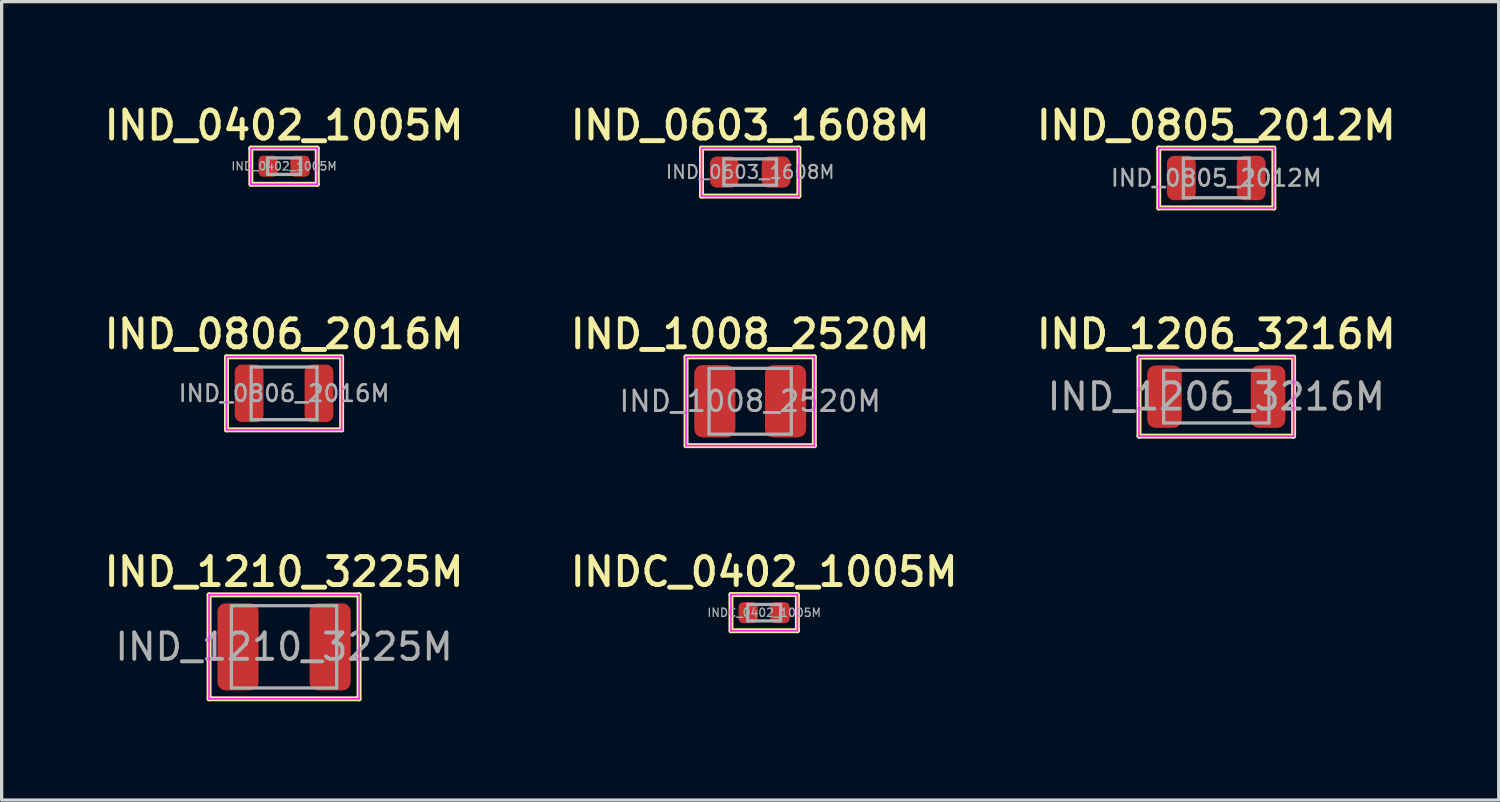
<source format=kicad_pcb>
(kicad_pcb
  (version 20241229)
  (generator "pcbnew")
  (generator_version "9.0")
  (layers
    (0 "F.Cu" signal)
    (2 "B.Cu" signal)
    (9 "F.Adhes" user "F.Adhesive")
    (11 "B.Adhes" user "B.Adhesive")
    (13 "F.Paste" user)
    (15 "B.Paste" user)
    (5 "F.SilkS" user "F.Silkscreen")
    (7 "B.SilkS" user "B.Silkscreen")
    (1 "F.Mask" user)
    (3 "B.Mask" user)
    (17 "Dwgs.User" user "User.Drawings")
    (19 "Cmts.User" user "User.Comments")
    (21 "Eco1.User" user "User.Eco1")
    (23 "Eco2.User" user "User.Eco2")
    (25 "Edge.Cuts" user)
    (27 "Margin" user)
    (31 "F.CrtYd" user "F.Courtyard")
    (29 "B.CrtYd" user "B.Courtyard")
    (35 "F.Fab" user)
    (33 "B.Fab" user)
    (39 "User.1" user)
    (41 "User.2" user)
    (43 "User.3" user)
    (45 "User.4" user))
  (footprint "IND_0805_2012M"
    (layer "F.Cu")
    (at 33.92 2.361)
    (property "Reference" "IND_0805_2012M" (at 0 -1.6 0) (layer "F.SilkS") (effects (font (size 0.85 0.85) (thickness 0.15))))
    (attr smd)
    (fp_line (start -1.75 -0.91) (end 1.74 -0.91) (stroke (width 0.15) (type solid)) (layer "F.SilkS"))
    (fp_line (start -1.75 0.91) (end -1.75 -0.91) (stroke (width 0.15) (type solid)) (layer "F.SilkS"))
    (fp_line (start 1.75 -0.91) (end 1.75 0.91) (stroke (width 0.15) (type solid)) (layer "F.SilkS"))
    (fp_line (start 1.75 0.91) (end -1.75 0.91) (stroke (width 0.15) (type solid)) (layer "F.SilkS"))
    (fp_line (start -1.75 -0.91) (end 1.75 -0.91) (stroke (width 0.05) (type solid)) (layer "F.CrtYd"))
    (fp_line (start -1.75 0.91) (end -1.75 -0.91) (stroke (width 0.05) (type solid)) (layer "F.CrtYd"))
    (fp_line (start 1.75 -0.91) (end 1.75 0.91) (stroke (width 0.05) (type solid)) (layer "F.CrtYd"))
    (fp_line (start 1.75 0.91) (end -1.75 0.91) (stroke (width 0.05) (type solid)) (layer "F.CrtYd"))
    (fp_line (start -1 -0.6) (end 1 -0.6) (stroke (width 0.1) (type solid)) (layer "F.Fab"))
    (fp_line (start -1 0.6) (end -1 -0.6) (stroke (width 0.1) (type solid)) (layer "F.Fab"))
    (fp_line (start 1 -0.6) (end 1 0.6) (stroke (width 0.1) (type solid)) (layer "F.Fab"))
    (fp_line (start 1 0.6) (end -1 0.6) (stroke (width 0.1) (type solid)) (layer "F.Fab"))
    (fp_text user "${REFERENCE}" (at 0 0 0) (layer "F.Fab") (effects (font (size 0.5 0.5) (thickness 0.08))))
    (pad "1" smd roundrect (at -1.062 0) (size 0.875 1.35) (layers "F.Cu" "F.Mask" "F.Paste") (roundrect_rratio 0.25))
    (pad "2" smd roundrect (at 1.062 0) (size 0.875 1.35) (layers "F.Cu" "F.Mask" "F.Paste") (roundrect_rratio 0.25)))
  (footprint "IND_0402_1005M"
    (layer "F.Cu")
    (at 5.584 2.001)
    (property "Reference" "IND_0402_1005M" (at 0 -1.24 0) (layer "F.SilkS") (effects (font (size 0.85 0.85) (thickness 0.15))))
    (attr smd)
    (fp_line (start -1.01 -0.55) (end 1 -0.55) (stroke (width 0.15) (type solid)) (layer "F.SilkS"))
    (fp_line (start -1.01 0.55) (end -1.01 -0.55) (stroke (width 0.15) (type solid)) (layer "F.SilkS"))
    (fp_line (start 1.01 -0.55) (end 1.01 0.55) (stroke (width 0.15) (type solid)) (layer "F.SilkS"))
    (fp_line (start 1.01 0.55) (end -1 0.55) (stroke (width 0.15) (type solid)) (layer "F.SilkS"))
    (fp_line (start -1.01 -0.55) (end 1.01 -0.55) (stroke (width 0.05) (type solid)) (layer "F.CrtYd"))
    (fp_line (start -1.01 0.55) (end -1.01 -0.55) (stroke (width 0.05) (type solid)) (layer "F.CrtYd"))
    (fp_line (start 1.01 -0.55) (end 1.01 0.55) (stroke (width 0.05) (type solid)) (layer "F.CrtYd"))
    (fp_line (start 1.01 0.55) (end -1.01 0.55) (stroke (width 0.05) (type solid)) (layer "F.CrtYd"))
    (fp_line (start -0.5 -0.25) (end 0.5 -0.25) (stroke (width 0.1) (type solid)) (layer "F.Fab"))
    (fp_line (start -0.5 0.25) (end -0.5 -0.25) (stroke (width 0.1) (type solid)) (layer "F.Fab"))
    (fp_line (start 0.5 -0.25) (end 0.5 0.25) (stroke (width 0.1) (type solid)) (layer "F.Fab"))
    (fp_line (start 0.5 0.25) (end -0.5 0.25) (stroke (width 0.1) (type solid)) (layer "F.Fab"))
    (fp_text user "${REFERENCE}" (at 0 0 0) (layer "F.Fab") (effects (font (size 0.25 0.25) (thickness 0.04))))
    (pad "1" smd roundrect (at -0.485 0) (size 0.59 0.64) (layers "F.Cu" "F.Mask" "F.Paste") (roundrect_rratio 0.25))
    (pad "2" smd roundrect (at 0.485 0) (size 0.59 0.64) (layers "F.Cu" "F.Mask" "F.Paste") (roundrect_rratio 0.25)))
  (footprint "IND_1008_2520M"
    (layer "F.Cu")
    (at 19.752 9.146)
    (property "Reference" "IND_1008_2520M" (at 0 -2.04 0) (layer "F.SilkS") (effects (font (size 0.85 0.85) (thickness 0.15))))
    (attr smd)
    (fp_line (start -1.95 -1.35) (end 1.95 -1.35) (stroke (width 0.15) (type solid)) (layer "F.SilkS"))
    (fp_line (start -1.95 1.35) (end -1.95 -1.35) (stroke (width 0.15) (type solid)) (layer "F.SilkS"))
    (fp_line (start 1.95 -1.35) (end 1.95 1.35) (stroke (width 0.15) (type solid)) (layer "F.SilkS"))
    (fp_line (start 1.95 1.35) (end -1.95 1.35) (stroke (width 0.15) (type solid)) (layer "F.SilkS"))
    (fp_line (start -1.95 -1.35) (end 1.95 -1.35) (stroke (width 0.05) (type solid)) (layer "F.CrtYd"))
    (fp_line (start -1.95 1.35) (end -1.95 -1.35) (stroke (width 0.05) (type solid)) (layer "F.CrtYd"))
    (fp_line (start 1.95 -1.35) (end 1.95 1.35) (stroke (width 0.05) (type solid)) (layer "F.CrtYd"))
    (fp_line (start 1.95 1.35) (end -1.95 1.35) (stroke (width 0.05) (type solid)) (layer "F.CrtYd"))
    (fp_line (start -1.25 -1) (end 1.25 -1) (stroke (width 0.1) (type solid)) (layer "F.Fab"))
    (fp_line (start -1.25 1) (end -1.25 -1) (stroke (width 0.1) (type solid)) (layer "F.Fab"))
    (fp_line (start 1.25 -1) (end 1.25 1) (stroke (width 0.1) (type solid)) (layer "F.Fab"))
    (fp_line (start 1.25 1) (end -1.25 1) (stroke (width 0.1) (type solid)) (layer "F.Fab"))
    (fp_text user "${REFERENCE}" (at 0 0 0) (layer "F.Fab") (effects (font (size 0.62 0.62) (thickness 0.09))))
    (pad "1" smd roundrect (at -1.075 0) (size 1.25 2.2) (layers "F.Cu" "F.Mask" "F.Paste") (roundrect_rratio 0.2))
    (pad "2" smd roundrect (at 1.075 0) (size 1.25 2.2) (layers "F.Cu" "F.Mask" "F.Paste") (roundrect_rratio 0.2)))
  (footprint "IND_0603_1608M"
    (layer "F.Cu")
    (at 19.752 2.18)
    (property "Reference" "IND_0603_1608M" (at 0 -1.42 0) (layer "F.SilkS") (effects (font (size 0.85 0.85) (thickness 0.15))))
    (attr smd)
    (fp_line (start -1.48 -0.73) (end 1.48 -0.73) (stroke (width 0.15) (type solid)) (layer "F.SilkS"))
    (fp_line (start -1.48 0.73) (end -1.48 -0.73) (stroke (width 0.15) (type solid)) (layer "F.SilkS"))
    (fp_line (start 1.48 -0.73) (end 1.48 0.73) (stroke (width 0.15) (type solid)) (layer "F.SilkS"))
    (fp_line (start 1.48 0.73) (end -1.48 0.73) (stroke (width 0.15) (type solid)) (layer "F.SilkS"))
    (fp_line (start -1.48 -0.73) (end 1.48 -0.73) (stroke (width 0.05) (type solid)) (layer "F.CrtYd"))
    (fp_line (start -1.48 0.73) (end -1.48 -0.73) (stroke (width 0.05) (type solid)) (layer "F.CrtYd"))
    (fp_line (start 1.48 -0.73) (end 1.48 0.73) (stroke (width 0.05) (type solid)) (layer "F.CrtYd"))
    (fp_line (start 1.48 0.73) (end -1.48 0.73) (stroke (width 0.05) (type solid)) (layer "F.CrtYd"))
    (fp_line (start -0.8 -0.4) (end 0.8 -0.4) (stroke (width 0.1) (type solid)) (layer "F.Fab"))
    (fp_line (start -0.8 0.4) (end -0.8 -0.4) (stroke (width 0.1) (type solid)) (layer "F.Fab"))
    (fp_line (start 0.8 -0.4) (end 0.8 0.4) (stroke (width 0.1) (type solid)) (layer "F.Fab"))
    (fp_line (start 0.8 0.4) (end -0.8 0.4) (stroke (width 0.1) (type solid)) (layer "F.Fab"))
    (fp_text user "${REFERENCE}" (at 0 0 0) (layer "F.Fab") (effects (font (size 0.4 0.4) (thickness 0.06))))
    (pad "1" smd roundrect (at -0.787 0) (size 0.875 0.95) (layers "F.Cu" "F.Mask" "F.Paste") (roundrect_rratio 0.25))
    (pad "2" smd roundrect (at 0.787 0) (size 0.875 0.95) (layers "F.Cu" "F.Mask" "F.Paste") (roundrect_rratio 0.25)))
  (footprint "IND_1210_3225M"
    (layer "F.Cu")
    (at 5.584 16.611)
    (property "Reference" "IND_1210_3225M" (at 0 -2.28 0) (layer "F.SilkS") (effects (font (size 0.85 0.85) (thickness 0.15))))
    (attr smd)
    (fp_line (start -2.28 -1.58) (end 2.28 -1.58) (stroke (width 0.15) (type solid)) (layer "F.SilkS"))
    (fp_line (start -2.28 1.58) (end -2.28 -1.58) (stroke (width 0.15) (type solid)) (layer "F.SilkS"))
    (fp_line (start 2.28 -1.58) (end 2.28 1.58) (stroke (width 0.15) (type solid)) (layer "F.SilkS"))
    (fp_line (start 2.28 1.58) (end -2.28 1.58) (stroke (width 0.15) (type solid)) (layer "F.SilkS"))
    (fp_line (start -2.28 -1.58) (end 2.28 -1.58) (stroke (width 0.05) (type solid)) (layer "F.CrtYd"))
    (fp_line (start -2.28 1.58) (end -2.28 -1.58) (stroke (width 0.05) (type solid)) (layer "F.CrtYd"))
    (fp_line (start 2.28 -1.58) (end 2.28 1.58) (stroke (width 0.05) (type solid)) (layer "F.CrtYd"))
    (fp_line (start 2.28 1.58) (end -2.28 1.58) (stroke (width 0.05) (type solid)) (layer "F.CrtYd"))
    (fp_line (start -1.6 -1.25) (end 1.6 -1.25) (stroke (width 0.1) (type solid)) (layer "F.Fab"))
    (fp_line (start -1.6 1.25) (end -1.6 -1.25) (stroke (width 0.1) (type solid)) (layer "F.Fab"))
    (fp_line (start 1.6 -1.25) (end 1.6 1.25) (stroke (width 0.1) (type solid)) (layer "F.Fab"))
    (fp_line (start 1.6 1.25) (end -1.6 1.25) (stroke (width 0.1) (type solid)) (layer "F.Fab"))
    (fp_text user "${REFERENCE}" (at 0 0 0) (layer "F.Fab") (effects (font (size 0.8 0.8) (thickness 0.12))))
    (pad "1" smd roundrect (at -1.4 0) (size 1.25 2.65) (layers "F.Cu" "F.Mask" "F.Paste") (roundrect_rratio 0.2))
    (pad "2" smd roundrect (at 1.4 0) (size 1.25 2.65) (layers "F.Cu" "F.Mask" "F.Paste") (roundrect_rratio 0.2)))
  (footprint "IND_0806_2016M"
    (layer "F.Cu")
    (at 5.584 8.906)
    (property "Reference" "IND_0806_2016M" (at 0 -1.8 0) (layer "F.SilkS") (effects (font (size 0.85 0.85) (thickness 0.15))))
    (attr smd)
    (fp_line (start -1.75 -1.11) (end 1.75 -1.11) (stroke (width 0.15) (type solid)) (layer "F.SilkS"))
    (fp_line (start -1.75 1.11) (end -1.75 -1.11) (stroke (width 0.15) (type solid)) (layer "F.SilkS"))
    (fp_line (start 1.75 -1.11) (end 1.75 1.11) (stroke (width 0.15) (type solid)) (layer "F.SilkS"))
    (fp_line (start 1.75 1.11) (end -1.75 1.11) (stroke (width 0.15) (type solid)) (layer "F.SilkS"))
    (fp_line (start -1.75 -1.11) (end 1.75 -1.11) (stroke (width 0.05) (type solid)) (layer "F.CrtYd"))
    (fp_line (start -1.75 1.11) (end -1.75 -1.11) (stroke (width 0.05) (type solid)) (layer "F.CrtYd"))
    (fp_line (start 1.75 -1.11) (end 1.75 1.11) (stroke (width 0.05) (type solid)) (layer "F.CrtYd"))
    (fp_line (start 1.75 1.11) (end -1.75 1.11) (stroke (width 0.05) (type solid)) (layer "F.CrtYd"))
    (fp_line (start -1 -0.8) (end 1 -0.8) (stroke (width 0.1) (type solid)) (layer "F.Fab"))
    (fp_line (start -1 0.8) (end -1 -0.8) (stroke (width 0.1) (type solid)) (layer "F.Fab"))
    (fp_line (start 1 -0.8) (end 1 0.8) (stroke (width 0.1) (type solid)) (layer "F.Fab"))
    (fp_line (start 1 0.8) (end -1 0.8) (stroke (width 0.1) (type solid)) (layer "F.Fab"))
    (fp_text user "${REFERENCE}" (at 0 0 0) (layer "F.Fab") (effects (font (size 0.5 0.5) (thickness 0.08))))
    (pad "1" smd roundrect (at -1.062 0) (size 0.875 1.75) (layers "F.Cu" "F.Mask" "F.Paste") (roundrect_rratio 0.25))
    (pad "2" smd roundrect (at 1.062 0) (size 0.875 1.75) (layers "F.Cu" "F.Mask" "F.Paste") (roundrect_rratio 0.25)))
  (footprint "IND_1206_3216M"
    (layer "F.Cu")
    (at 33.92 9.006)
    (property "Reference" "IND_1206_3216M" (at 0 -1.9 0) (layer "F.SilkS") (effects (font (size 0.85 0.85) (thickness 0.15))))
    (attr smd)
    (fp_line (start -2.35 -1.2) (end 2.35 -1.2) (stroke (width 0.15) (type solid)) (layer "F.SilkS"))
    (fp_line (start -2.35 1.2) (end -2.35 -1.2) (stroke (width 0.15) (type solid)) (layer "F.SilkS"))
    (fp_line (start 2.35 -1.2) (end 2.35 1.2) (stroke (width 0.15) (type solid)) (layer "F.SilkS"))
    (fp_line (start 2.35 1.2) (end -2.35 1.2) (stroke (width 0.15) (type solid)) (layer "F.SilkS"))
    (fp_line (start -2.35 -1.2) (end 2.35 -1.2) (stroke (width 0.05) (type solid)) (layer "F.CrtYd"))
    (fp_line (start -2.35 1.2) (end -2.35 -1.2) (stroke (width 0.05) (type solid)) (layer "F.CrtYd"))
    (fp_line (start 2.35 -1.2) (end 2.35 1.2) (stroke (width 0.05) (type solid)) (layer "F.CrtYd"))
    (fp_line (start 2.35 1.2) (end -2.35 1.2) (stroke (width 0.05) (type solid)) (layer "F.CrtYd"))
    (fp_line (start -1.6 -0.8) (end 1.6 -0.8) (stroke (width 0.1) (type solid)) (layer "F.Fab"))
    (fp_line (start -1.6 0.8) (end -1.6 -0.8) (stroke (width 0.1) (type solid)) (layer "F.Fab"))
    (fp_line (start 1.6 -0.8) (end 1.6 0.8) (stroke (width 0.1) (type solid)) (layer "F.Fab"))
    (fp_line (start 1.6 0.8) (end -1.6 0.8) (stroke (width 0.1) (type solid)) (layer "F.Fab"))
    (fp_text user "${REFERENCE}" (at 0 0 0) (layer "F.Fab") (effects (font (size 0.8 0.8) (thickness 0.12))))
    (pad "1" smd roundrect (at -1.575 0) (size 1.05 1.9) (layers "F.Cu" "F.Mask" "F.Paste") (roundrect_rratio 0.238))
    (pad "2" smd roundrect (at 1.575 0) (size 1.05 1.9) (layers "F.Cu" "F.Mask" "F.Paste") (roundrect_rratio 0.238)))
  (footprint "INDC_0402_1005M"
    (layer "F.Cu")
    (at 20.177 15.572)
    (property "Reference" "INDC_0402_1005M" (at 0 -1.24 0) (layer "F.SilkS") (effects (font (size 0.85 0.85) (thickness 0.15))))
    (attr smd)
    (fp_line (start -1.01 -0.55) (end 1 -0.55) (stroke (width 0.15) (type solid)) (layer "F.SilkS"))
    (fp_line (start -1.01 0.55) (end -1.01 -0.55) (stroke (width 0.15) (type solid)) (layer "F.SilkS"))
    (fp_line (start 1.01 -0.55) (end 1.01 0.55) (stroke (width 0.15) (type solid)) (layer "F.SilkS"))
    (fp_line (start 1.01 0.55) (end -1 0.55) (stroke (width 0.15) (type solid)) (layer "F.SilkS"))
    (fp_line (start -1.01 -0.55) (end 1.01 -0.55) (stroke (width 0.05) (type solid)) (layer "F.CrtYd"))
    (fp_line (start -1.01 0.55) (end -1.01 -0.55) (stroke (width 0.05) (type solid)) (layer "F.CrtYd"))
    (fp_line (start 1.01 -0.55) (end 1.01 0.55) (stroke (width 0.05) (type solid)) (layer "F.CrtYd"))
    (fp_line (start 1.01 0.55) (end -1.01 0.55) (stroke (width 0.05) (type solid)) (layer "F.CrtYd"))
    (fp_line (start -0.5 -0.25) (end 0.5 -0.25) (stroke (width 0.1) (type solid)) (layer "F.Fab"))
    (fp_line (start -0.5 0.25) (end -0.5 -0.25) (stroke (width 0.1) (type solid)) (layer "F.Fab"))
    (fp_line (start 0.5 -0.25) (end 0.5 0.25) (stroke (width 0.1) (type solid)) (layer "F.Fab"))
    (fp_line (start 0.5 0.25) (end -0.5 0.25) (stroke (width 0.1) (type solid)) (layer "F.Fab"))
    (fp_text user "${REFERENCE}" (at 0 0 0) (layer "F.Fab") (effects (font (size 0.25 0.25) (thickness 0.04))))
    (pad "1" smd roundrect (at -0.485 0) (size 0.59 0.64) (layers "F.Cu" "F.Mask" "F.Paste") (roundrect_rratio 0.25))
    (pad "2" smd roundrect (at 0.485 0) (size 0.59 0.64) (layers "F.Cu" "F.Mask" "F.Paste") (roundrect_rratio 0.25)))
  (gr_rect
    (start -3 -3)
    (end 42.504 21.267)
    (stroke (width 0.1) (type default))
    (fill no)
    (layer "Edge.Cuts")))
</source>
